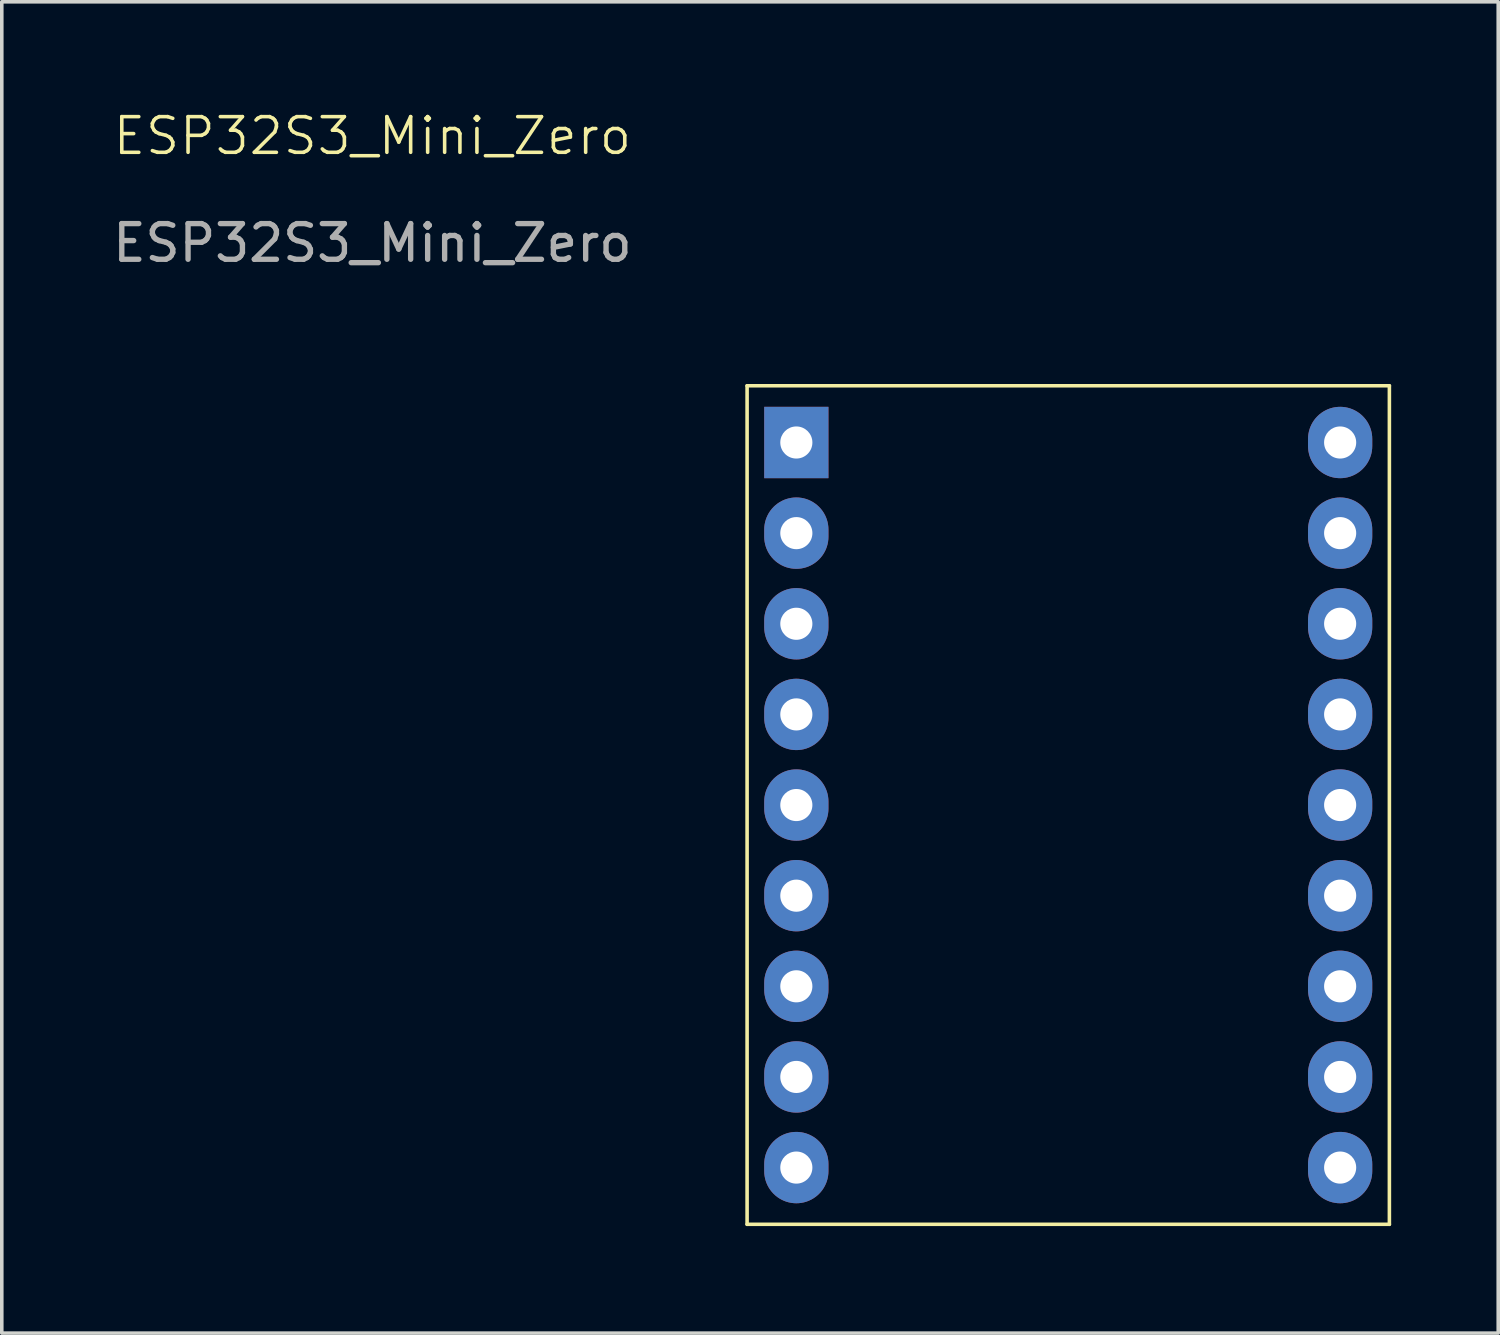
<source format=kicad_pcb>
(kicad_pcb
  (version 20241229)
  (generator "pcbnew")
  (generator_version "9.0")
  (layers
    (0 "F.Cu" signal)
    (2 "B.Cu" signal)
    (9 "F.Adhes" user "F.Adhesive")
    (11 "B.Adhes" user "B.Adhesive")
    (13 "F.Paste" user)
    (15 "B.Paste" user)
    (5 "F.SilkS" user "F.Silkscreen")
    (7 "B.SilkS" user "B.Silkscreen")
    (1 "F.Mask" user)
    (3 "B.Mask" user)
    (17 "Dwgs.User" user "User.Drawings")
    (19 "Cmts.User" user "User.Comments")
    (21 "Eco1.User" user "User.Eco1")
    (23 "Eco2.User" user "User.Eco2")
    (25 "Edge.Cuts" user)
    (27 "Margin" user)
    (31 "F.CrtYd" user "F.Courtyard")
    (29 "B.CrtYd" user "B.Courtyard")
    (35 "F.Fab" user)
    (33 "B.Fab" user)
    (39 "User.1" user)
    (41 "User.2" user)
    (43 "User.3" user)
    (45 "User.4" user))
  (footprint "ESP32S3_Mini_Zero"
    (layer "F.Cu")
    (at 19.267 9.351)
    (property "Reference" "ESP32S3_Mini_Zero" (at -11.88 -8.59 0) (unlocked yes) (layer "F.SilkS") (effects (font (size 1 1) (thickness 0.1))))
    (attr through_hole)
    (fp_line (start -1.38 -1.59) (end 16.62 -1.59) (stroke (width 0.1) (type default)) (layer "F.SilkS"))
    (fp_line (start -1.38 21.91) (end -1.38 -1.59) (stroke (width 0.1) (type default)) (layer "F.SilkS"))
    (fp_line (start 16.62 -1.59) (end 16.62 21.91) (stroke (width 0.1) (type default)) (layer "F.SilkS"))
    (fp_line (start 16.62 21.91) (end -1.38 21.91) (stroke (width 0.1) (type default)) (layer "F.SilkS"))
    (fp_text user "${REFERENCE}" (at -11.88 -5.59 0) (unlocked yes) (layer "F.Fab") (effects (font (size 1 1) (thickness 0.15))))
    (pad "1" thru_hole rect (at 0 0) (size 1.8 2) (drill 0.9) (layers "*.Cu" "*.Mask"))
    (pad "2" thru_hole oval (at 0 2.54) (size 1.8 2) (drill 0.9) (layers "*.Cu" "*.Mask"))
    (pad "3" thru_hole oval (at 0 5.08) (size 1.8 2) (drill 0.9) (layers "*.Cu" "*.Mask"))
    (pad "4" thru_hole oval (at 0 7.62) (size 1.8 2) (drill 0.9) (layers "*.Cu" "*.Mask"))
    (pad "5" thru_hole oval (at 0 10.16) (size 1.8 2) (drill 0.9) (layers "*.Cu" "*.Mask"))
    (pad "6" thru_hole oval (at 0 12.7) (size 1.8 2) (drill 0.9) (layers "*.Cu" "*.Mask"))
    (pad "7" thru_hole oval (at 0 15.24) (size 1.8 2) (drill 0.9) (layers "*.Cu" "*.Mask"))
    (pad "8" thru_hole oval (at 0 17.78) (size 1.8 2) (drill 0.9) (layers "*.Cu" "*.Mask"))
    (pad "9" thru_hole oval (at 0 20.32) (size 1.8 2) (drill 0.9) (layers "*.Cu" "*.Mask"))
    (pad "10" thru_hole oval (at 15.24 20.32) (size 1.8 2) (drill 0.9) (layers "*.Cu" "*.Mask"))
    (pad "11" thru_hole oval (at 15.24 17.78) (size 1.8 2) (drill 0.9) (layers "*.Cu" "*.Mask"))
    (pad "12" thru_hole oval (at 15.24 15.24) (size 1.8 2) (drill 0.9) (layers "*.Cu" "*.Mask"))
    (pad "13" thru_hole oval (at 15.24 12.7) (size 1.8 2) (drill 0.9) (layers "*.Cu" "*.Mask"))
    (pad "14" thru_hole oval (at 15.24 10.16) (size 1.8 2) (drill 0.9) (layers "*.Cu" "*.Mask"))
    (pad "15" thru_hole oval (at 15.24 7.62) (size 1.8 2) (drill 0.9) (layers "*.Cu" "*.Mask"))
    (pad "16" thru_hole oval (at 15.24 5.08) (size 1.8 2) (drill 0.9) (layers "*.Cu" "*.Mask"))
    (pad "17" thru_hole oval (at 15.24 2.54) (size 1.8 2) (drill 0.9) (layers "*.Cu" "*.Mask"))
    (pad "18" thru_hole oval (at 15.24 0) (size 1.8 2) (drill 0.9) (layers "*.Cu" "*.Mask"))
    (zone (net_name "") (layer "F.SilkS") (hatch edge 0.5) (connect_pads) (min_thickness 0.25) (filled_areas_thickness no) (keepout (tracks allowed) (vias allowed) (pads not_allowed) (copperpour allowed) (footprints not_allowed)) (placement (enabled no)) (fill) (polygon (pts (xy 17.887 7.761) (xy 35.887 7.761) (xy 35.887 31.261) (xy 17.887 31.261)))))
  (gr_rect
    (start -3 -3)
    (end 38.937 34.31)
    (stroke (width 0.1) (type default))
    (fill no)
    (layer "Edge.Cuts")))
</source>
